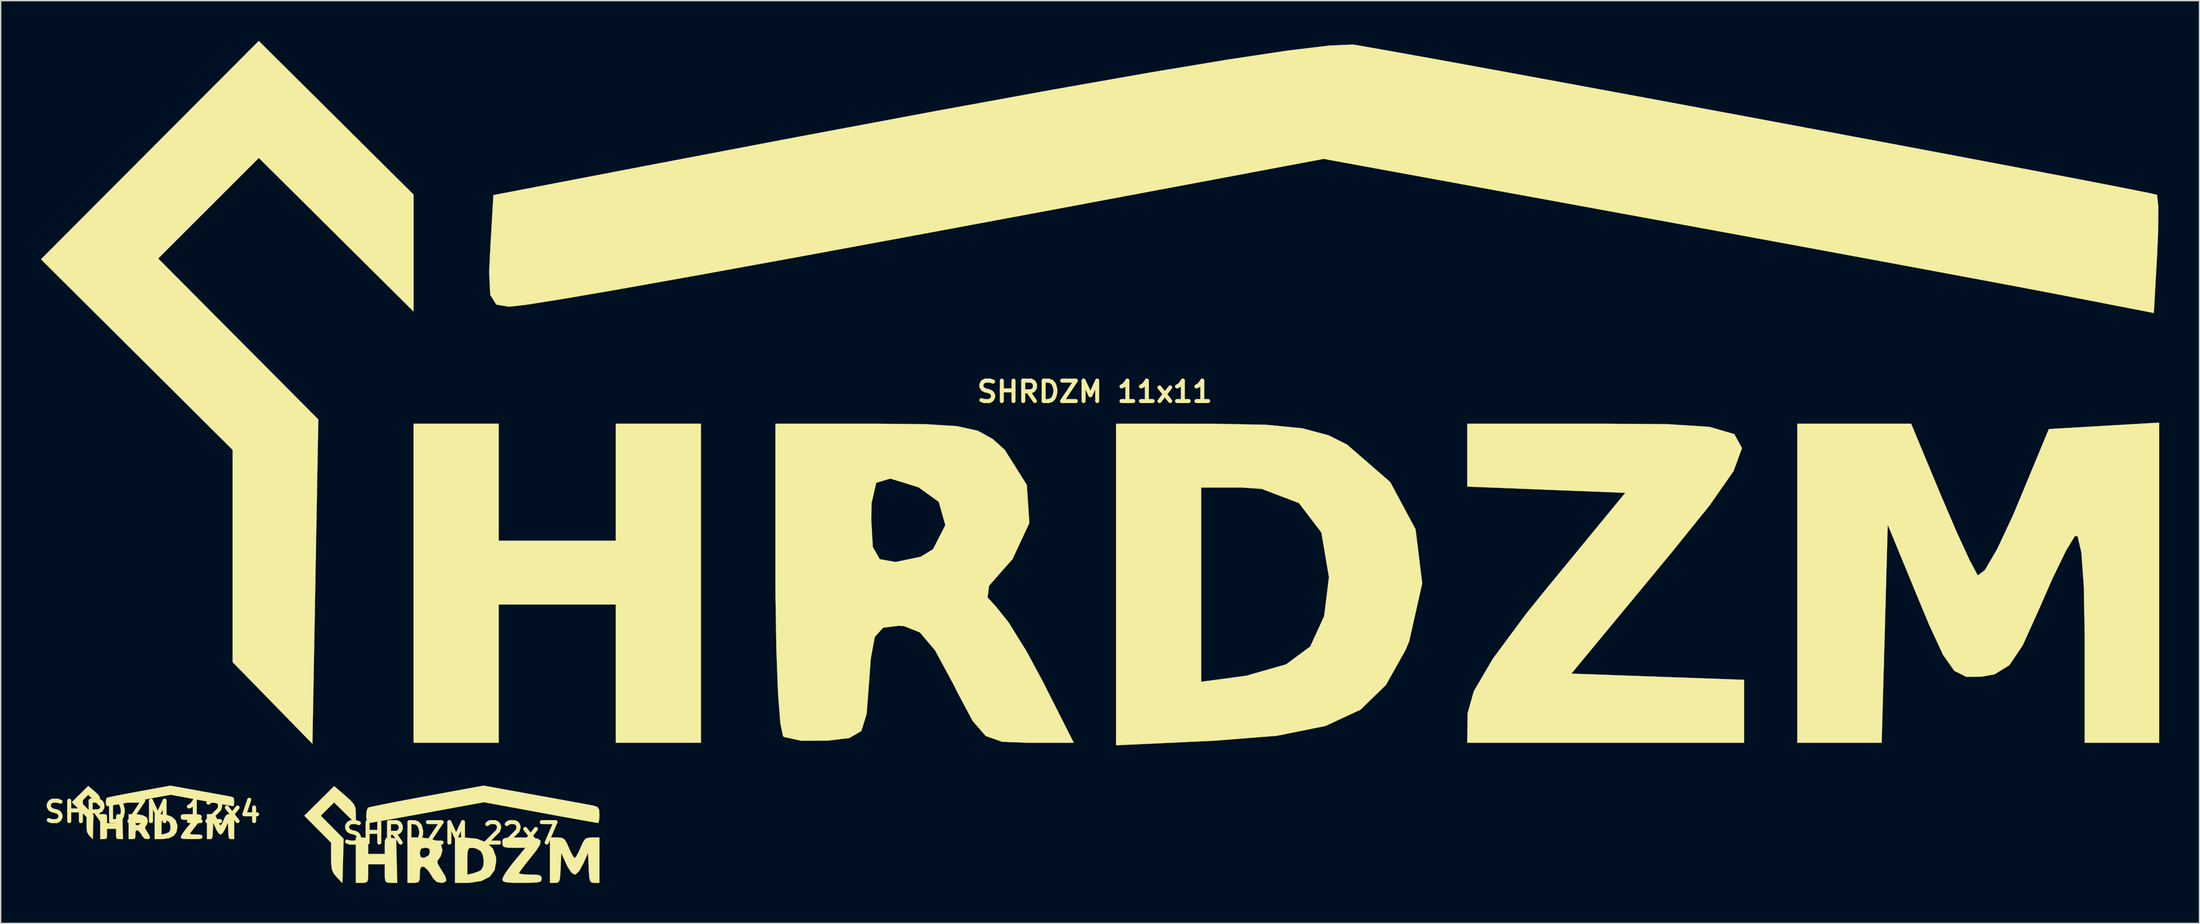
<source format=kicad_pcb>
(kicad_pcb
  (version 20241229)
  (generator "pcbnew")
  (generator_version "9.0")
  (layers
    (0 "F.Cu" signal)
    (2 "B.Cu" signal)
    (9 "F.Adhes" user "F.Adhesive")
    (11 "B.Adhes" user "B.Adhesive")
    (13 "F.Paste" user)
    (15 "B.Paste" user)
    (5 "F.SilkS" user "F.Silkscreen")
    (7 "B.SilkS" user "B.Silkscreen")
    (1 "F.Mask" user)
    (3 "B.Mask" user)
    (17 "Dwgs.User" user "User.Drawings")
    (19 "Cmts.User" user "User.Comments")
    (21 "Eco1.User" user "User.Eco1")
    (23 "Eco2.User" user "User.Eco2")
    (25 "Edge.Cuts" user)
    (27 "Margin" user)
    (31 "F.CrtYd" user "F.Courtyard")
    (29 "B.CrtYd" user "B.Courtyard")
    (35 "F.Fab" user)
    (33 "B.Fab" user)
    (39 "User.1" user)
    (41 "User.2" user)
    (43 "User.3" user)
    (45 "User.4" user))
  (footprint "SHRDZM 12x4"
    (layer "F.Cu")
    (at 8.317 57.546)
    (property "Reference" "SHRDZM 12x4" (at 0 0 0) (layer "F.SilkS") (effects (font (size 1.524 1.524) (thickness 0.3))))
    (attr through_hole)
    (fp_poly (pts (xy -4.339 -1.555) (xy -4.103 -1.342) (xy -3.97 -1.184) (xy -3.91 -1.03) (xy -3.895 -0.83) (xy -3.895 -0.778) (xy -3.895 -0.387) (xy -4.341 -0.828) (xy -4.788 -1.269) (xy -5.061 -0.996) (xy -5.333 -0.724) (xy -4.865 -0.251) (xy -4.397 0.223) (xy -4.445 2.044) (xy -4.678 1.8) (xy -4.804 1.65) (xy -4.874 1.495) (xy -4.904 1.278) (xy -4.911 0.971) (xy -4.911 0.385) (xy -5.461 -0.169) (xy -6.011 -0.724) (xy -5.397 -1.332) (xy -4.784 -1.939) (xy -4.339 -1.555)) (stroke (width 0.01) (type solid)) (fill yes) (layer "F.SilkS"))
    (fp_poly (pts (xy -3.478 0.183) (xy -3.405 0.255) (xy -3.387 0.435) (xy -3.387 0.508) (xy -3.387 0.847) (xy -2.709 0.847) (xy -2.709 0.502) (xy -2.7 0.284) (xy -2.652 0.191) (xy -2.533 0.179) (xy -2.477 0.185) (xy -2.244 0.212) (xy -2.22 1.122) (xy -2.196 2.032) (xy -2.452 2.032) (xy -2.61 2.021) (xy -2.685 1.958) (xy -2.708 1.797) (xy -2.709 1.651) (xy -2.709 1.27) (xy -3.387 1.27) (xy -3.387 1.651) (xy -3.394 1.885) (xy -3.437 1.996) (xy -3.545 2.03) (xy -3.641 2.032) (xy -3.895 2.032) (xy -3.895 0.169) (xy -3.641 0.169) (xy -3.478 0.183)) (stroke (width 0.01) (type solid)) (fill yes) (layer "F.SilkS"))
    (fp_poly (pts (xy 0.529 0.17) (xy 1.06 0.221) (xy 1.46 0.373) (xy 1.724 0.623) (xy 1.851 0.969) (xy 1.863 1.138) (xy 1.796 1.509) (xy 1.597 1.78) (xy 1.261 1.953) (xy 0.789 2.028) (xy 0.629 2.032) (xy 0.169 2.032) (xy 0.169 1.145) (xy 0.677 1.145) (xy 0.677 1.697) (xy 0.91 1.641) (xy 1.121 1.571) (xy 1.249 1.502) (xy 1.332 1.345) (xy 1.35 1.11) (xy 1.306 0.872) (xy 1.222 0.726) (xy 1.033 0.619) (xy 0.883 0.593) (xy 0.772 0.603) (xy 0.711 0.66) (xy 0.684 0.801) (xy 0.677 1.064) (xy 0.677 1.145) (xy 0.169 1.145) (xy 0.169 0.169) (xy 0.529 0.17)) (stroke (width 0.01) (type solid)) (fill yes) (layer "F.SilkS"))
    (fp_poly (pts (xy 4.545 0.182) (xy 4.661 0.246) (xy 4.758 0.401) (xy 4.842 0.593) (xy 4.95 0.827) (xy 5.041 0.981) (xy 5.08 1.016) (xy 5.144 0.945) (xy 5.243 0.761) (xy 5.318 0.593) (xy 5.429 0.347) (xy 5.527 0.221) (xy 5.656 0.175) (xy 5.795 0.169) (xy 6.096 0.169) (xy 6.096 2.032) (xy 5.888 2.032) (xy 5.78 2.022) (xy 5.716 1.969) (xy 5.681 1.835) (xy 5.662 1.585) (xy 5.655 1.418) (xy 5.63 0.804) (xy 5.429 1.249) (xy 5.268 1.545) (xy 5.125 1.683) (xy 5.08 1.693) (xy 4.944 1.611) (xy 4.788 1.369) (xy 4.731 1.249) (xy 4.53 0.804) (xy 4.505 1.418) (xy 4.489 1.735) (xy 4.463 1.918) (xy 4.414 2.005) (xy 4.329 2.031) (xy 4.272 2.032) (xy 4.064 2.032) (xy 4.064 0.169) (xy 4.365 0.169) (xy 4.545 0.182)) (stroke (width 0.01) (type solid)) (fill yes) (layer "F.SilkS"))
    (fp_poly (pts (xy 3.305 0.179) (xy 3.569 0.219) (xy 3.683 0.309) (xy 3.656 0.469) (xy 3.497 0.716) (xy 3.269 1.005) (xy 3.057 1.269) (xy 2.894 1.484) (xy 2.804 1.616) (xy 2.794 1.639) (xy 2.871 1.669) (xy 3.068 1.689) (xy 3.26 1.693) (xy 3.529 1.701) (xy 3.669 1.732) (xy 3.72 1.803) (xy 3.725 1.863) (xy 3.713 1.941) (xy 3.656 1.991) (xy 3.522 2.018) (xy 3.28 2.03) (xy 2.921 2.032) (xy 2.545 2.029) (xy 2.308 2.015) (xy 2.178 1.986) (xy 2.125 1.934) (xy 2.117 1.881) (xy 2.168 1.75) (xy 2.306 1.532) (xy 2.505 1.265) (xy 2.589 1.161) (xy 3.061 0.593) (xy 2.589 0.593) (xy 2.32 0.587) (xy 2.179 0.559) (xy 2.125 0.489) (xy 2.117 0.381) (xy 2.123 0.281) (xy 2.162 0.219) (xy 2.269 0.185) (xy 2.473 0.172) (xy 2.81 0.169) (xy 2.881 0.169) (xy 3.305 0.179)) (stroke (width 0.01) (type solid)) (fill yes) (layer "F.SilkS"))
    (fp_poly (pts (xy 3.486 -1.57) (xy 4.08 -1.463) (xy 4.629 -1.363) (xy 5.108 -1.275) (xy 5.492 -1.205) (xy 5.755 -1.156) (xy 5.863 -1.135) (xy 6.016 -1.083) (xy 6.082 -0.974) (xy 6.096 -0.755) (xy 6.084 -0.546) (xy 6.053 -0.431) (xy 6.042 -0.423) (xy 5.948 -0.438) (xy 5.709 -0.48) (xy 5.347 -0.544) (xy 4.884 -0.628) (xy 4.342 -0.727) (xy 3.742 -0.837) (xy 3.671 -0.85) (xy 1.355 -1.277) (xy -0.962 -0.85) (xy -1.57 -0.739) (xy -2.125 -0.638) (xy -2.605 -0.553) (xy -2.987 -0.486) (xy -3.25 -0.441) (xy -3.372 -0.423) (xy -3.375 -0.423) (xy -3.439 -0.498) (xy -3.471 -0.681) (xy -3.471 -0.715) (xy -3.451 -0.924) (xy -3.4 -1.049) (xy -3.393 -1.055) (xy -3.292 -1.082) (xy -3.046 -1.135) (xy -2.678 -1.21) (xy -2.21 -1.301) (xy -1.663 -1.405) (xy -1.06 -1.517) (xy -0.986 -1.531) (xy 1.342 -1.958) (xy 3.486 -1.57)) (stroke (width 0.01) (type solid)) (fill yes) (layer "F.SilkS"))
    (fp_poly (pts (xy -0.969 0.2) (xy -0.647 0.285) (xy -0.437 0.41) (xy -0.405 0.45) (xy -0.343 0.69) (xy -0.413 0.942) (xy -0.473 1.024) (xy -0.547 1.128) (xy -0.542 1.236) (xy -0.45 1.403) (xy -0.388 1.495) (xy -0.226 1.765) (xy -0.182 1.932) (xy -0.258 2.014) (xy -0.402 2.032) (xy -0.581 1.993) (xy -0.723 1.852) (xy -0.804 1.715) (xy -0.943 1.511) (xy -1.084 1.385) (xy -1.122 1.371) (xy -1.218 1.382) (xy -1.261 1.492) (xy -1.27 1.687) (xy -1.28 1.907) (xy -1.332 2.006) (xy -1.462 2.031) (xy -1.524 2.032) (xy -1.778 2.032) (xy -1.778 0.81) (xy -1.27 0.81) (xy -1.242 0.969) (xy -1.131 1.006) (xy -1.079 1.001) (xy -0.908 0.904) (xy -0.862 0.783) (xy -0.873 0.641) (xy -0.994 0.594) (xy -1.052 0.593) (xy -1.216 0.625) (xy -1.268 0.756) (xy -1.27 0.81) (xy -1.778 0.81) (xy -1.778 0.169) (xy -1.36 0.169) (xy -0.969 0.2)) (stroke (width 0.01) (type solid)) (fill yes) (layer "F.SilkS")))
  (footprint "SHRDZM 22x7"
    (layer "F.Cu")
    (at 30.568 59.148)
    (property "Reference" "SHRDZM 22x7" (at 0 0 0) (layer "F.SilkS") (effects (font (size 1.524 1.524) (thickness 0.3))))
    (attr through_hole)
    (fp_poly (pts (xy -7.889 -2.827) (xy -7.46 -2.44) (xy -7.217 -2.153) (xy -7.109 -1.873) (xy -7.082 -1.508) (xy -7.081 -1.415) (xy -7.081 -0.703) (xy -7.893 -1.505) (xy -8.705 -2.307) (xy -9.201 -1.812) (xy -9.697 -1.316) (xy -8.845 -0.456) (xy -7.994 0.405) (xy -8.038 2.06) (xy -8.082 3.716) (xy -8.505 3.273) (xy -8.734 3.001) (xy -8.862 2.718) (xy -8.917 2.323) (xy -8.928 1.766) (xy -8.928 0.7) (xy -10.93 -1.316) (xy -9.814 -2.421) (xy -8.698 -3.526) (xy -7.889 -2.827)) (stroke (width 0.01) (type solid)) (fill yes) (layer "F.SilkS"))
    (fp_poly (pts (xy -6.323 0.332) (xy -6.192 0.464) (xy -6.158 0.791) (xy -6.158 0.924) (xy -6.158 1.539) (xy -4.926 1.539) (xy -4.926 0.913) (xy -4.91 0.517) (xy -4.822 0.348) (xy -4.605 0.326) (xy -4.503 0.336) (xy -4.079 0.385) (xy -4.036 2.04) (xy -3.992 3.695) (xy -4.459 3.695) (xy -4.746 3.675) (xy -4.882 3.56) (xy -4.923 3.267) (xy -4.926 3.002) (xy -4.926 2.309) (xy -6.158 2.309) (xy -6.158 3.002) (xy -6.171 3.428) (xy -6.248 3.63) (xy -6.445 3.691) (xy -6.619 3.695) (xy -7.081 3.695) (xy -7.081 0.308) (xy -6.619 0.308) (xy -6.323 0.332)) (stroke (width 0.01) (type solid)) (fill yes) (layer "F.SilkS"))
    (fp_poly (pts (xy 0.962 0.309) (xy 1.928 0.402) (xy 2.654 0.678) (xy 3.134 1.133) (xy 3.365 1.763) (xy 3.387 2.07) (xy 3.266 2.744) (xy 2.903 3.237) (xy 2.293 3.551) (xy 1.434 3.688) (xy 1.145 3.695) (xy 0.308 3.695) (xy 0.308 2.081) (xy 1.232 2.081) (xy 1.232 3.085) (xy 1.655 2.984) (xy 2.039 2.856) (xy 2.271 2.731) (xy 2.422 2.446) (xy 2.454 2.018) (xy 2.374 1.586) (xy 2.221 1.319) (xy 1.878 1.126) (xy 1.605 1.078) (xy 1.405 1.096) (xy 1.293 1.199) (xy 1.244 1.456) (xy 1.232 1.935) (xy 1.232 2.081) (xy 0.308 2.081) (xy 0.308 0.308) (xy 0.962 0.309)) (stroke (width 0.01) (type solid)) (fill yes) (layer "F.SilkS"))
    (fp_poly (pts (xy 8.264 0.331) (xy 8.475 0.447) (xy 8.652 0.729) (xy 8.804 1.078) (xy 9 1.504) (xy 9.165 1.784) (xy 9.236 1.847) (xy 9.353 1.717) (xy 9.533 1.383) (xy 9.669 1.078) (xy 9.871 0.631) (xy 10.049 0.402) (xy 10.285 0.318) (xy 10.536 0.308) (xy 11.084 0.308) (xy 11.084 3.695) (xy 10.706 3.695) (xy 10.51 3.677) (xy 10.393 3.579) (xy 10.33 3.337) (xy 10.295 2.883) (xy 10.282 2.578) (xy 10.237 1.462) (xy 9.872 2.271) (xy 9.578 2.808) (xy 9.317 3.061) (xy 9.236 3.079) (xy 8.989 2.929) (xy 8.706 2.489) (xy 8.601 2.271) (xy 8.236 1.462) (xy 8.191 2.578) (xy 8.161 3.154) (xy 8.115 3.488) (xy 8.026 3.645) (xy 7.87 3.692) (xy 7.767 3.695) (xy 7.389 3.695) (xy 7.389 0.308) (xy 7.936 0.308) (xy 8.264 0.331)) (stroke (width 0.01) (type solid)) (fill yes) (layer "F.SilkS"))
    (fp_poly (pts (xy 6.008 0.325) (xy 6.489 0.398) (xy 6.697 0.562) (xy 6.648 0.852) (xy 6.358 1.302) (xy 5.943 1.827) (xy 5.558 2.308) (xy 5.262 2.698) (xy 5.098 2.938) (xy 5.08 2.98) (xy 5.219 3.034) (xy 5.578 3.07) (xy 5.927 3.079) (xy 6.416 3.092) (xy 6.671 3.15) (xy 6.764 3.279) (xy 6.773 3.387) (xy 6.751 3.53) (xy 6.647 3.62) (xy 6.403 3.67) (xy 5.963 3.69) (xy 5.311 3.695) (xy 4.627 3.689) (xy 4.195 3.664) (xy 3.959 3.61) (xy 3.863 3.517) (xy 3.848 3.42) (xy 3.942 3.182) (xy 4.193 2.785) (xy 4.554 2.301) (xy 4.707 2.112) (xy 5.565 1.078) (xy 4.707 1.078) (xy 4.218 1.068) (xy 3.962 1.016) (xy 3.864 0.89) (xy 3.848 0.693) (xy 3.859 0.511) (xy 3.932 0.398) (xy 4.125 0.337) (xy 4.497 0.313) (xy 5.109 0.308) (xy 5.239 0.308) (xy 6.008 0.325)) (stroke (width 0.01) (type solid)) (fill yes) (layer "F.SilkS"))
    (fp_poly (pts (xy 6.338 -2.855) (xy 7.418 -2.66) (xy 8.416 -2.478) (xy 9.287 -2.319) (xy 9.985 -2.19) (xy 10.463 -2.101) (xy 10.66 -2.063) (xy 10.937 -1.969) (xy 11.058 -1.771) (xy 11.084 -1.373) (xy 11.061 -0.992) (xy 11.006 -0.783) (xy 10.986 -0.77) (xy 10.814 -0.797) (xy 10.38 -0.872) (xy 9.722 -0.99) (xy 8.881 -1.142) (xy 7.895 -1.322) (xy 6.804 -1.522) (xy 6.675 -1.546) (xy 2.463 -2.322) (xy -1.749 -1.546) (xy -2.854 -1.344) (xy -3.863 -1.161) (xy -4.736 -1.005) (xy -5.432 -0.883) (xy -5.91 -0.802) (xy -6.13 -0.77) (xy -6.137 -0.77) (xy -6.253 -0.905) (xy -6.31 -1.238) (xy -6.312 -1.299) (xy -6.274 -1.681) (xy -6.181 -1.908) (xy -6.168 -1.918) (xy -5.985 -1.968) (xy -5.538 -2.064) (xy -4.869 -2.199) (xy -4.018 -2.366) (xy -3.024 -2.555) (xy -1.927 -2.759) (xy -1.793 -2.783) (xy 2.44 -3.561) (xy 6.338 -2.855)) (stroke (width 0.01) (type solid)) (fill yes) (layer "F.SilkS"))
    (fp_poly (pts (xy -1.762 0.364) (xy -1.176 0.518) (xy -0.795 0.745) (xy -0.737 0.818) (xy -0.623 1.255) (xy -0.752 1.713) (xy -0.86 1.862) (xy -0.994 2.052) (xy -0.986 2.248) (xy -0.818 2.551) (xy -0.706 2.718) (xy -0.41 3.209) (xy -0.331 3.512) (xy -0.469 3.663) (xy -0.731 3.694) (xy -1.056 3.624) (xy -1.315 3.367) (xy -1.462 3.119) (xy -1.715 2.747) (xy -1.972 2.518) (xy -2.04 2.492) (xy -2.214 2.513) (xy -2.293 2.712) (xy -2.309 3.067) (xy -2.326 3.467) (xy -2.422 3.646) (xy -2.659 3.693) (xy -2.771 3.695) (xy -3.233 3.695) (xy -3.233 1.473) (xy -2.309 1.473) (xy -2.259 1.761) (xy -2.056 1.829) (xy -1.963 1.819) (xy -1.652 1.644) (xy -1.567 1.424) (xy -1.588 1.165) (xy -1.807 1.081) (xy -1.914 1.078) (xy -2.211 1.137) (xy -2.306 1.375) (xy -2.309 1.473) (xy -3.233 1.473) (xy -3.233 0.308) (xy -2.473 0.308) (xy -1.762 0.364)) (stroke (width 0.01) (type solid)) (fill yes) (layer "F.SilkS")))
  (footprint "SHRDZM 11x11"
    (layer "F.Cu")
    (at 78.589 26.194)
    (property "Reference" "SHRDZM 11x11" (at 0 0 0) (layer "F.SilkS") (effects (font (size 1.524 1.524) (thickness 0.3))))
    (attr through_hole)
    (fp_poly (pts (xy -44.45 11.113) (xy -35.719 11.113) (xy -35.719 2.381) (xy -29.369 2.381) (xy -29.369 26.194) (xy -35.719 26.194) (xy -35.719 15.875) (xy -44.45 15.875) (xy -44.45 26.194) (xy -50.8 26.194) (xy -50.8 2.381) (xy -44.45 2.381) (xy -44.45 11.113)) (stroke (width 0.01) (type solid)) (fill yes) (layer "F.SilkS"))
    (fp_poly (pts (xy -56.571 -20.457) (xy -50.8 -14.724) (xy -50.8 -10.358) (xy -50.8 -5.993) (xy -56.569 -11.724) (xy -62.338 -17.454) (xy -69.843 -9.95) (xy -63.872 -3.944) (xy -57.901 2.063) (xy -58.121 14.168) (xy -58.341 26.274) (xy -61.317 23.224) (xy -64.294 20.174) (xy -64.294 4.333) (xy -71.439 -2.78) (xy -78.584 -9.892) (xy -70.463 -18.041) (xy -62.342 -26.189) (xy -56.571 -20.457)) (stroke (width 0.01) (type solid)) (fill yes) (layer "F.SilkS"))
    (fp_poly (pts (xy 42.667 2.412) (xy 45.844 2.614) (xy 47.691 3.155) (xy 48.267 4.202) (xy 47.634 5.921) (xy 45.849 8.481) (xy 42.973 12.047) (xy 41.98 13.248) (xy 35.542 21.034) (xy 41.98 21.265) (xy 48.419 21.495) (xy 48.419 26.194) (xy 27.781 26.194) (xy 27.799 24.011) (xy 28.261 22.353) (xy 29.68 19.928) (xy 32.137 16.607) (xy 33.687 14.684) (xy 39.558 7.541) (xy 33.669 7.309) (xy 27.781 7.077) (xy 27.781 2.381) (xy 38.1 2.381) (xy 42.667 2.412)) (stroke (width 0.01) (type solid)) (fill yes) (layer "F.SilkS"))
    (fp_poly (pts (xy 8.93 2.384) (xy 12.79 2.459) (xy 15.485 2.724) (xy 17.432 3.244) (xy 18.808 3.934) (xy 22.035 6.733) (xy 23.925 10.261) (xy 24.418 14.297) (xy 23.45 18.62) (xy 23.177 19.274) (xy 21.715 21.88) (xy 19.821 23.724) (xy 17.205 24.943) (xy 13.579 25.674) (xy 8.93 26.041) (xy 1.587 26.383) (xy 1.587 7.144) (xy 7.938 7.144) (xy 7.938 21.64) (xy 11.303 21.189) (xy 14.273 20.338) (xy 16.065 19.012) (xy 17.104 16.745) (xy 17.462 13.834) (xy 16.9 10.505) (xy 15.223 8.304) (xy 12.444 7.245) (xy 10.963 7.144) (xy 7.938 7.144) (xy 1.587 7.144) (xy 1.587 2.381) (xy 8.93 2.384)) (stroke (width 0.01) (type solid)) (fill yes) (layer "F.SilkS"))
    (fp_poly (pts (xy 79.375 26.194) (xy 73.819 26.194) (xy 73.819 18.098) (xy 73.755 14.504) (xy 73.574 12.006) (xy 73.297 10.795) (xy 73.099 10.755) (xy 72.436 11.843) (xy 71.421 13.931) (xy 70.398 16.272) (xy 69.203 18.919) (xy 68.204 20.407) (xy 67.104 21.085) (xy 66.156 21.261) (xy 64.98 21.271) (xy 64.095 20.825) (xy 63.256 19.631) (xy 62.223 17.4) (xy 61.516 15.705) (xy 59.134 9.922) (xy 58.908 18.058) (xy 58.682 26.194) (xy 52.388 26.194) (xy 52.388 2.381) (xy 60.881 2.381) (xy 63.108 7.739) (xy 64.266 10.442) (xy 65.236 12.556) (xy 65.824 13.662) (xy 65.853 13.699) (xy 66.371 13.313) (xy 67.285 11.753) (xy 68.424 9.326) (xy 68.757 8.54) (xy 71.144 2.778) (xy 79.375 2.298) (xy 79.375 26.194)) (stroke (width 0.01) (type solid)) (fill yes) (layer "F.SilkS"))
    (fp_poly (pts (xy 19.417 -25.896) (xy 22.006 -25.441) (xy 25.672 -24.781) (xy 30.211 -23.952) (xy 35.418 -22.993) (xy 41.089 -21.943) (xy 47.018 -20.84) (xy 53.002 -19.722) (xy 58.835 -18.628) (xy 64.313 -17.595) (xy 69.231 -16.662) (xy 73.385 -15.868) (xy 76.57 -15.25) (xy 78.581 -14.848) (xy 79.219 -14.701) (xy 79.312 -13.847) (xy 79.295 -11.899) (xy 79.219 -10.174) (xy 78.978 -5.881) (xy 71.834 -7.269) (xy 69.197 -7.772) (xy 65.272 -8.51) (xy 60.33 -9.431) (xy 54.646 -10.485) (xy 48.491 -11.621) (xy 42.14 -12.789) (xy 40.878 -13.02) (xy 17.066 -17.384) (xy 9.128 -15.89) (xy -2.862 -13.64) (xy -13.3 -11.694) (xy -22.193 -10.051) (xy -29.545 -8.711) (xy -35.364 -7.671) (xy -39.656 -6.932) (xy -42.426 -6.492) (xy -43.669 -6.35) (xy -44.628 -6.507) (xy -45.081 -7.237) (xy -45.161 -8.93) (xy -45.087 -10.517) (xy -44.847 -14.684) (xy -33.734 -16.82) (xy -22.009 -19.056) (xy -11.805 -20.969) (xy -3.092 -22.561) (xy 4.162 -23.84) (xy 9.988 -24.809) (xy 14.417 -25.475) (xy 17.481 -25.843) (xy 19.21 -25.918) (xy 19.417 -25.896)) (stroke (width 0.01) (type solid)) (fill yes) (layer "F.SilkS"))
    (fp_poly (pts (xy -12.652 2.414) (xy -10.273 2.563) (xy -8.718 2.906) (xy -7.605 3.523) (xy -6.711 4.33) (xy -5.069 6.944) (xy -4.877 9.795) (xy -6.136 12.495) (xy -6.674 13.096) (xy -7.883 14.478) (xy -7.991 15.351) (xy -7.403 15.989) (xy -6.438 17.189) (xy -5.109 19.33) (xy -3.893 21.582) (xy -1.565 26.194) (xy -4.983 26.194) (xy -6.899 26.124) (xy -8.133 25.691) (xy -9.112 24.56) (xy -10.263 22.396) (xy -10.542 21.828) (xy -11.909 19.3) (xy -13.045 17.957) (xy -14.244 17.482) (xy -14.634 17.462) (xy -15.782 17.604) (xy -16.403 18.293) (xy -16.705 19.924) (xy -16.826 21.63) (xy -17.013 24.056) (xy -17.406 25.319) (xy -18.298 25.84) (xy -19.872 26.033) (xy -21.895 26.045) (xy -23.166 25.763) (xy -23.246 25.702) (xy -23.448 24.745) (xy -23.619 22.499) (xy -23.743 19.266) (xy -23.807 15.344) (xy -23.812 13.758) (xy -23.812 9.525) (xy -16.669 9.525) (xy -16.552 11.579) (xy -16.035 12.491) (xy -14.865 12.7) (xy -14.843 12.7) (xy -12.977 12.308) (xy -12.065 11.748) (xy -11.145 9.949) (xy -11.635 8.211) (xy -13.149 7.124) (xy -15.251 6.477) (xy -16.296 6.79) (xy -16.644 8.309) (xy -16.669 9.525) (xy -23.812 9.525) (xy -23.812 2.381) (xy -16.236 2.381) (xy -12.652 2.414)) (stroke (width 0.01) (type solid)) (fill yes) (layer "F.SilkS")))
  (gr_rect
    (start -3 -3)
    (end 160.969 65.869)
    (stroke (width 0.1) (type default))
    (fill no)
    (layer "Edge.Cuts")))
</source>
